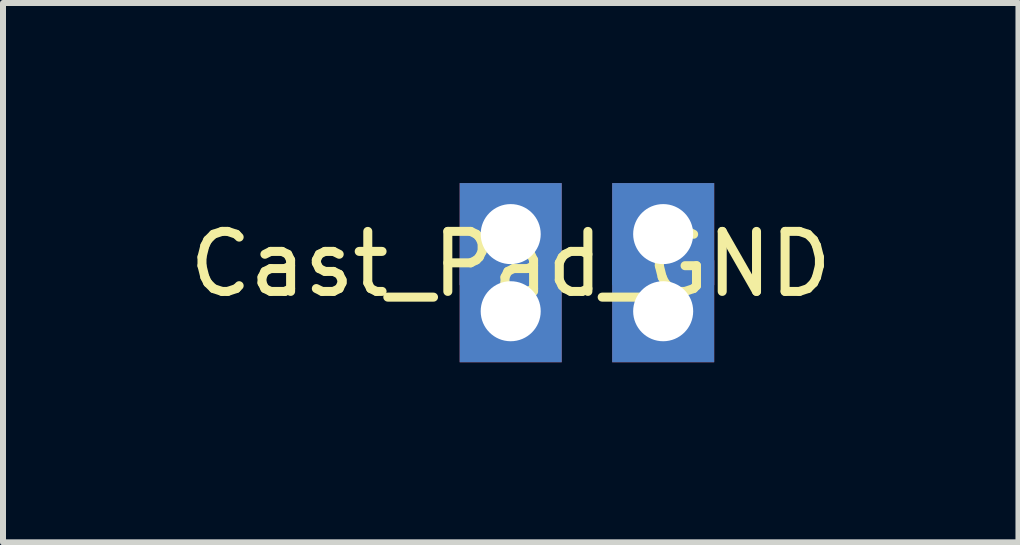
<source format=kicad_pcb>
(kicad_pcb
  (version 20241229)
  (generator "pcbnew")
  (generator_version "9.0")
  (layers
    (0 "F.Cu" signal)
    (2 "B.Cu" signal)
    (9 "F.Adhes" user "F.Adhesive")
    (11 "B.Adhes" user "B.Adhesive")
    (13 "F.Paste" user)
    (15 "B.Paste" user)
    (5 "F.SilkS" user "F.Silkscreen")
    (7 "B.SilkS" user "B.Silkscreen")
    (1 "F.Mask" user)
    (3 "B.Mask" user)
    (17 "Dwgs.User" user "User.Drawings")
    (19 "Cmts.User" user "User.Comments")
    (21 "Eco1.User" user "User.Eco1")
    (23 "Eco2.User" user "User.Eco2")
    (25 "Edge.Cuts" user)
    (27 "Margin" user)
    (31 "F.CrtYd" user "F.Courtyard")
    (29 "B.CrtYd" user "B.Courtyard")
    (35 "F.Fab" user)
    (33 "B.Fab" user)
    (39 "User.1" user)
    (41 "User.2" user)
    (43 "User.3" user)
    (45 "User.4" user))
  (footprint "Cast_Pad_GND"
    (layer "F.Cu")
    (at 5.458 0.85)
    (property "Reference" "Cast_Pad_GND" (at 0 0.5 0) (layer "F.SilkS") (effects (font (size 1 1) (thickness 0.15))))
    (attr through_hole)
    (pad "1" thru_hole rect (at 0 0) (size 1.7 1.7) (drill 1) (layers "*.Cu" "*.Mask"))
    (pad "1" thru_hole rect (at 0 1.285) (size 1.7 1.7) (drill 1) (layers "*.Cu" "*.Mask"))
    (pad "2" thru_hole rect (at 2.54 0) (size 1.7 1.7) (drill 1) (layers "*.Cu" "*.Mask"))
    (pad "2" thru_hole rect (at 2.54 1.285) (size 1.7 1.7) (drill 1) (layers "*.Cu" "*.Mask")))
  (gr_rect
    (start -3 -3)
    (end 13.917 5.985)
    (stroke (width 0.1) (type default))
    (fill no)
    (layer "Edge.Cuts")))
</source>
